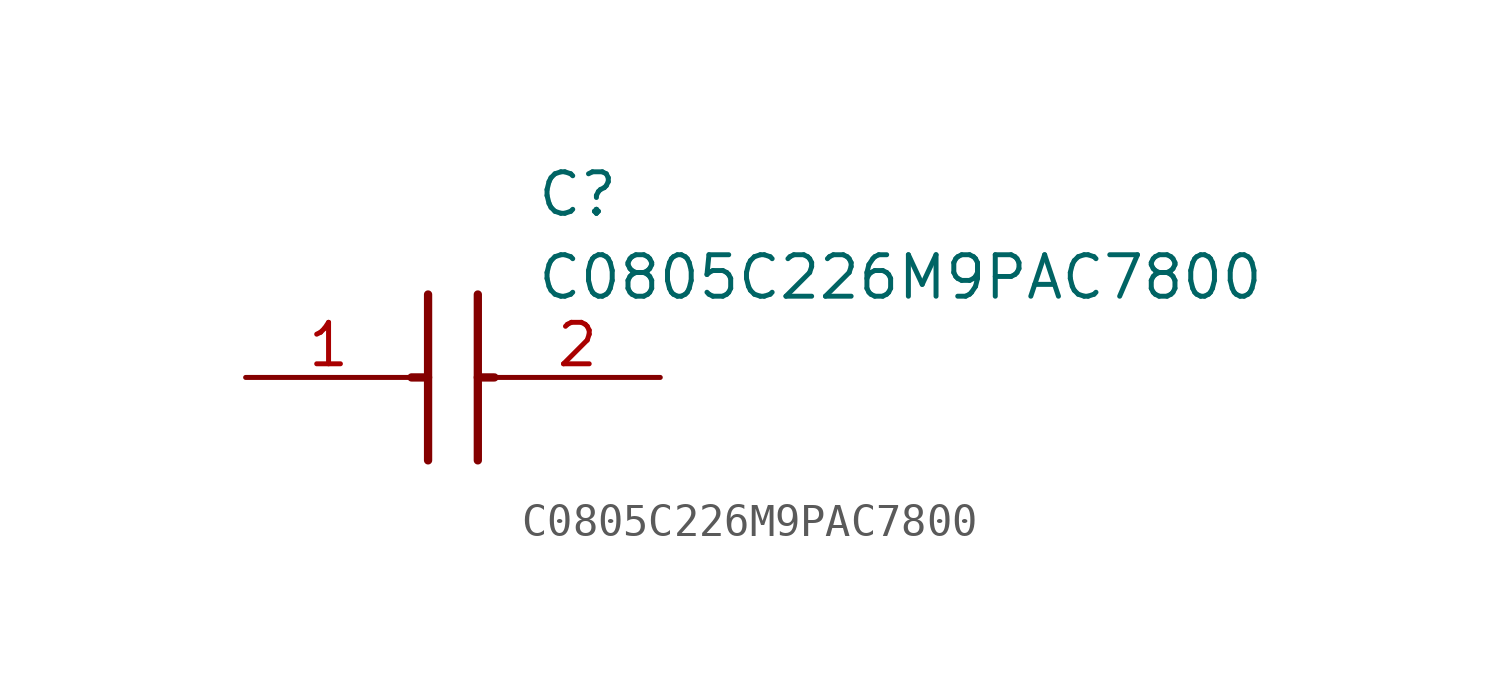
<source format=kicad_sym>
(kicad_symbol_lib
  (version 20211014)
  (generator SamacSys_ECAD_Model)
  (symbol "C0805C226M9PAC7800"
    (pin_names hide)
    (property "Reference" "C"
      (at 8.89 6.35 0)
      (effects (font (size 1.27 1.27)) (justify left top)))
    (property "Value" "C0805C226M9PAC7800"
      (at 8.89 3.81 0)
      (effects (font (size 1.27 1.27)) (justify left top)))
    (polyline
      (pts (xy 5.588 2.54) (xy 5.588 -2.54))
      (stroke (width 0.254) (type default))
      (fill (type none)))
    (polyline
      (pts (xy 7.112 2.54) (xy 7.112 -2.54))
      (stroke (width 0.254) (type default))
      (fill (type none)))
    (polyline
      (pts (xy 5.08 0) (xy 5.588 0))
      (stroke (width 0.254) (type default))
      (fill (type none)))
    (polyline
      (pts (xy 7.112 0) (xy 7.62 0))
      (stroke (width 0.254) (type default))
      (fill (type none)))
    (pin passive line
      (at 0 0 0)
      (length 5.08)
      (name "1" (effects (font (size 1.27 1.27))))
      (number "1" (effects (font (size 1.27 1.27)))))
    (pin passive line
      (at 12.7 0 180)
      (length 5.08)
      (name "2" (effects (font (size 1.27 1.27))))
      (number "2" (effects (font (size 1.27 1.27)))))))
</source>
